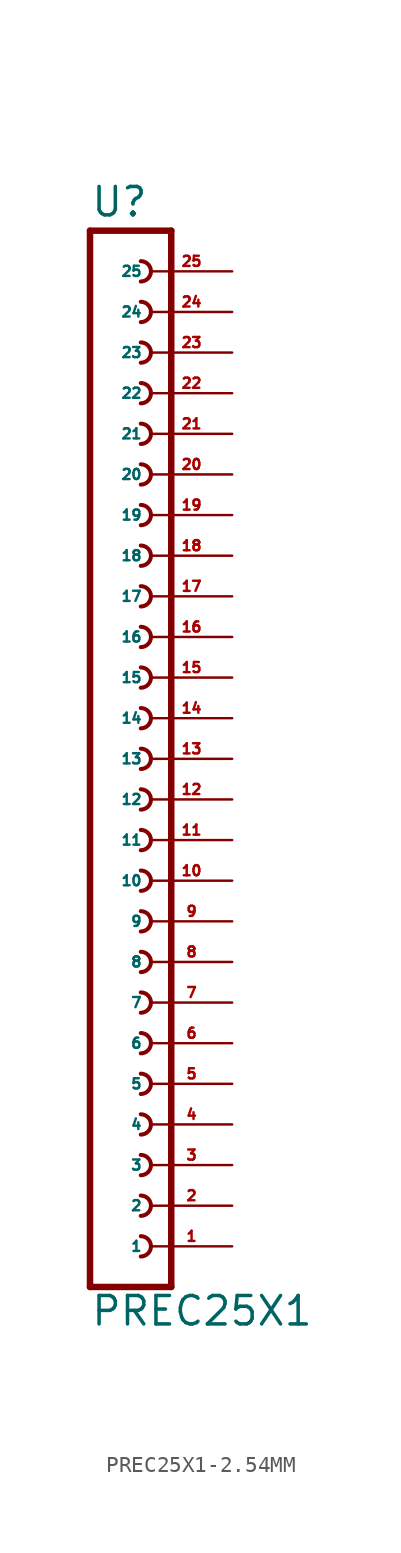
<source format=kicad_sym>
(kicad_symbol_lib
  (version 20220914)
  (generator Eagle2Kicad)
  (symbol "PREC25X1-2.54MM"
    (property "Reference" "U"
      (at -1.27 33.782 0)
      (effects (font (size 1.778 1.778) (thickness 0.22)) (justify left bottom)))
    (property "Value" "PREC25X1"
      (at -1.27 -35.56 0)
      (effects (font (size 1.778 1.778) (thickness 0.22)) (justify left bottom)))
    (polyline
      (pts (xy 3.81 -33.02) (xy -1.27 -33.02))
      (stroke (width 0.406) (type default))
      (fill (type none)))
    (arc
      (start 1.905 -13.335)
      (mid 2.540 -12.700)
      (end 1.905 -12.065)
      (stroke (width 0.254) (type default))
      (fill (type none)))
    (arc
      (start 1.905 -15.875)
      (mid 2.540 -15.240)
      (end 1.905 -14.605)
      (stroke (width 0.254) (type default))
      (fill (type none)))
    (arc
      (start 1.905 -18.415)
      (mid 2.540 -17.780)
      (end 1.905 -17.145)
      (stroke (width 0.254) (type default))
      (fill (type none)))
    (arc
      (start 1.905 -8.255)
      (mid 2.540 -7.620)
      (end 1.905 -6.985)
      (stroke (width 0.254) (type default))
      (fill (type none)))
    (arc
      (start 1.905 -10.795)
      (mid 2.540 -10.160)
      (end 1.905 -9.525)
      (stroke (width 0.254) (type default))
      (fill (type none)))
    (arc
      (start 1.905 -0.635)
      (mid 2.540 0.000)
      (end 1.905 0.635)
      (stroke (width 0.254) (type default))
      (fill (type none)))
    (arc
      (start 1.905 -3.175)
      (mid 2.540 -2.540)
      (end 1.905 -1.905)
      (stroke (width 0.254) (type default))
      (fill (type none)))
    (arc
      (start 1.905 -5.715)
      (mid 2.540 -5.080)
      (end 1.905 -4.445)
      (stroke (width 0.254) (type default))
      (fill (type none)))
    (arc
      (start 1.905 4.445)
      (mid 2.540 5.080)
      (end 1.905 5.715)
      (stroke (width 0.254) (type default))
      (fill (type none)))
    (arc
      (start 1.905 1.905)
      (mid 2.540 2.540)
      (end 1.905 3.175)
      (stroke (width 0.254) (type default))
      (fill (type none)))
    (arc
      (start 1.905 12.065)
      (mid 2.540 12.700)
      (end 1.905 13.335)
      (stroke (width 0.254) (type default))
      (fill (type none)))
    (arc
      (start 1.905 9.525)
      (mid 2.540 10.160)
      (end 1.905 10.795)
      (stroke (width 0.254) (type default))
      (fill (type none)))
    (arc
      (start 1.905 6.985)
      (mid 2.540 7.620)
      (end 1.905 8.255)
      (stroke (width 0.254) (type default))
      (fill (type none)))
    (arc
      (start 1.905 17.145)
      (mid 2.540 17.780)
      (end 1.905 18.415)
      (stroke (width 0.254) (type default))
      (fill (type none)))
    (arc
      (start 1.905 14.605)
      (mid 2.540 15.240)
      (end 1.905 15.875)
      (stroke (width 0.254) (type default))
      (fill (type none)))
    (polyline
      (pts (xy -1.27 33.02) (xy -1.27 -33.02))
      (stroke (width 0.406) (type default))
      (fill (type none)))
    (polyline
      (pts (xy 3.81 -33.02) (xy 3.81 33.02))
      (stroke (width 0.406) (type default))
      (fill (type none)))
    (polyline
      (pts (xy -1.27 33.02) (xy 3.81 33.02))
      (stroke (width 0.406) (type default))
      (fill (type none)))
    (arc
      (start 1.905 19.685)
      (mid 2.540 20.320)
      (end 1.905 20.955)
      (stroke (width 0.254) (type default))
      (fill (type none)))
    (arc
      (start 1.905 -20.955)
      (mid 2.540 -20.320)
      (end 1.905 -19.685)
      (stroke (width 0.254) (type default))
      (fill (type none)))
    (arc
      (start 1.905 22.225)
      (mid 2.540 22.860)
      (end 1.905 23.495)
      (stroke (width 0.254) (type default))
      (fill (type none)))
    (arc
      (start 1.905 -23.495)
      (mid 2.540 -22.860)
      (end 1.905 -22.225)
      (stroke (width 0.254) (type default))
      (fill (type none)))
    (arc
      (start 1.905 24.765)
      (mid 2.540 25.400)
      (end 1.905 26.035)
      (stroke (width 0.254) (type default))
      (fill (type none)))
    (arc
      (start 1.905 27.305)
      (mid 2.540 27.940)
      (end 1.905 28.575)
      (stroke (width 0.254) (type default))
      (fill (type none)))
    (arc
      (start 1.905 29.845)
      (mid 2.540 30.480)
      (end 1.905 31.115)
      (stroke (width 0.254) (type default))
      (fill (type none)))
    (arc
      (start 1.905 -26.035)
      (mid 2.540 -25.400)
      (end 1.905 -24.765)
      (stroke (width 0.254) (type default))
      (fill (type none)))
    (arc
      (start 1.905 -28.575)
      (mid 2.540 -27.940)
      (end 1.905 -27.305)
      (stroke (width 0.254) (type default))
      (fill (type none)))
    (arc
      (start 1.905 -31.115)
      (mid 2.540 -30.480)
      (end 1.905 -29.845)
      (stroke (width 0.254) (type default))
      (fill (type none)))
    (pin passive line
      (at 7.62 -30.48 180)
      (length 5.08)
      (name "1" (effects (font (size 0.635 0.635) (thickness 0.08)) (justify left bottom)))
      (number "1" (effects (font (size 0.635 0.635) (thickness 0.08)) (justify left bottom))))
    (pin passive line
      (at 7.62 -27.94 180)
      (length 5.08)
      (name "2" (effects (font (size 0.635 0.635) (thickness 0.08)) (justify left bottom)))
      (number "2" (effects (font (size 0.635 0.635) (thickness 0.08)) (justify left bottom))))
    (pin passive line
      (at 7.62 -25.4 180)
      (length 5.08)
      (name "3" (effects (font (size 0.635 0.635) (thickness 0.08)) (justify left bottom)))
      (number "3" (effects (font (size 0.635 0.635) (thickness 0.08)) (justify left bottom))))
    (pin passive line
      (at 7.62 -22.86 180)
      (length 5.08)
      (name "4" (effects (font (size 0.635 0.635) (thickness 0.08)) (justify left bottom)))
      (number "4" (effects (font (size 0.635 0.635) (thickness 0.08)) (justify left bottom))))
    (pin passive line
      (at 7.62 -20.32 180)
      (length 5.08)
      (name "5" (effects (font (size 0.635 0.635) (thickness 0.08)) (justify left bottom)))
      (number "5" (effects (font (size 0.635 0.635) (thickness 0.08)) (justify left bottom))))
    (pin passive line
      (at 7.62 -17.78 180)
      (length 5.08)
      (name "6" (effects (font (size 0.635 0.635) (thickness 0.08)) (justify left bottom)))
      (number "6" (effects (font (size 0.635 0.635) (thickness 0.08)) (justify left bottom))))
    (pin passive line
      (at 7.62 -15.24 180)
      (length 5.08)
      (name "7" (effects (font (size 0.635 0.635) (thickness 0.08)) (justify left bottom)))
      (number "7" (effects (font (size 0.635 0.635) (thickness 0.08)) (justify left bottom))))
    (pin passive line
      (at 7.62 -12.7 180)
      (length 5.08)
      (name "8" (effects (font (size 0.635 0.635) (thickness 0.08)) (justify left bottom)))
      (number "8" (effects (font (size 0.635 0.635) (thickness 0.08)) (justify left bottom))))
    (pin passive line
      (at 7.62 -10.16 180)
      (length 5.08)
      (name "9" (effects (font (size 0.635 0.635) (thickness 0.08)) (justify left bottom)))
      (number "9" (effects (font (size 0.635 0.635) (thickness 0.08)) (justify left bottom))))
    (pin passive line
      (at 7.62 -7.62 180)
      (length 5.08)
      (name "10" (effects (font (size 0.635 0.635) (thickness 0.08)) (justify left bottom)))
      (number "10" (effects (font (size 0.635 0.635) (thickness 0.08)) (justify left bottom))))
    (pin passive line
      (at 7.62 -5.08 180)
      (length 5.08)
      (name "11" (effects (font (size 0.635 0.635) (thickness 0.08)) (justify left bottom)))
      (number "11" (effects (font (size 0.635 0.635) (thickness 0.08)) (justify left bottom))))
    (pin passive line
      (at 7.62 -2.54 180)
      (length 5.08)
      (name "12" (effects (font (size 0.635 0.635) (thickness 0.08)) (justify left bottom)))
      (number "12" (effects (font (size 0.635 0.635) (thickness 0.08)) (justify left bottom))))
    (pin passive line
      (at 7.62 0 180)
      (length 5.08)
      (name "13" (effects (font (size 0.635 0.635) (thickness 0.08)) (justify left bottom)))
      (number "13" (effects (font (size 0.635 0.635) (thickness 0.08)) (justify left bottom))))
    (pin passive line
      (at 7.62 2.54 180)
      (length 5.08)
      (name "14" (effects (font (size 0.635 0.635) (thickness 0.08)) (justify left bottom)))
      (number "14" (effects (font (size 0.635 0.635) (thickness 0.08)) (justify left bottom))))
    (pin passive line
      (at 7.62 5.08 180)
      (length 5.08)
      (name "15" (effects (font (size 0.635 0.635) (thickness 0.08)) (justify left bottom)))
      (number "15" (effects (font (size 0.635 0.635) (thickness 0.08)) (justify left bottom))))
    (pin passive line
      (at 7.62 7.62 180)
      (length 5.08)
      (name "16" (effects (font (size 0.635 0.635) (thickness 0.08)) (justify left bottom)))
      (number "16" (effects (font (size 0.635 0.635) (thickness 0.08)) (justify left bottom))))
    (pin passive line
      (at 7.62 10.16 180)
      (length 5.08)
      (name "17" (effects (font (size 0.635 0.635) (thickness 0.08)) (justify left bottom)))
      (number "17" (effects (font (size 0.635 0.635) (thickness 0.08)) (justify left bottom))))
    (pin passive line
      (at 7.62 12.7 180)
      (length 5.08)
      (name "18" (effects (font (size 0.635 0.635) (thickness 0.08)) (justify left bottom)))
      (number "18" (effects (font (size 0.635 0.635) (thickness 0.08)) (justify left bottom))))
    (pin passive line
      (at 7.62 15.24 180)
      (length 5.08)
      (name "19" (effects (font (size 0.635 0.635) (thickness 0.08)) (justify left bottom)))
      (number "19" (effects (font (size 0.635 0.635) (thickness 0.08)) (justify left bottom))))
    (pin passive line
      (at 7.62 17.78 180)
      (length 5.08)
      (name "20" (effects (font (size 0.635 0.635) (thickness 0.08)) (justify left bottom)))
      (number "20" (effects (font (size 0.635 0.635) (thickness 0.08)) (justify left bottom))))
    (pin passive line
      (at 7.62 20.32 180)
      (length 5.08)
      (name "21" (effects (font (size 0.635 0.635) (thickness 0.08)) (justify left bottom)))
      (number "21" (effects (font (size 0.635 0.635) (thickness 0.08)) (justify left bottom))))
    (pin passive line
      (at 7.62 22.86 180)
      (length 5.08)
      (name "22" (effects (font (size 0.635 0.635) (thickness 0.08)) (justify left bottom)))
      (number "22" (effects (font (size 0.635 0.635) (thickness 0.08)) (justify left bottom))))
    (pin passive line
      (at 7.62 25.4 180)
      (length 5.08)
      (name "23" (effects (font (size 0.635 0.635) (thickness 0.08)) (justify left bottom)))
      (number "23" (effects (font (size 0.635 0.635) (thickness 0.08)) (justify left bottom))))
    (pin passive line
      (at 7.62 27.94 180)
      (length 5.08)
      (name "24" (effects (font (size 0.635 0.635) (thickness 0.08)) (justify left bottom)))
      (number "24" (effects (font (size 0.635 0.635) (thickness 0.08)) (justify left bottom))))
    (pin passive line
      (at 7.62 30.48 180)
      (length 5.08)
      (name "25" (effects (font (size 0.635 0.635) (thickness 0.08)) (justify left bottom)))
      (number "25" (effects (font (size 0.635 0.635) (thickness 0.08)) (justify left bottom))))))
</source>
